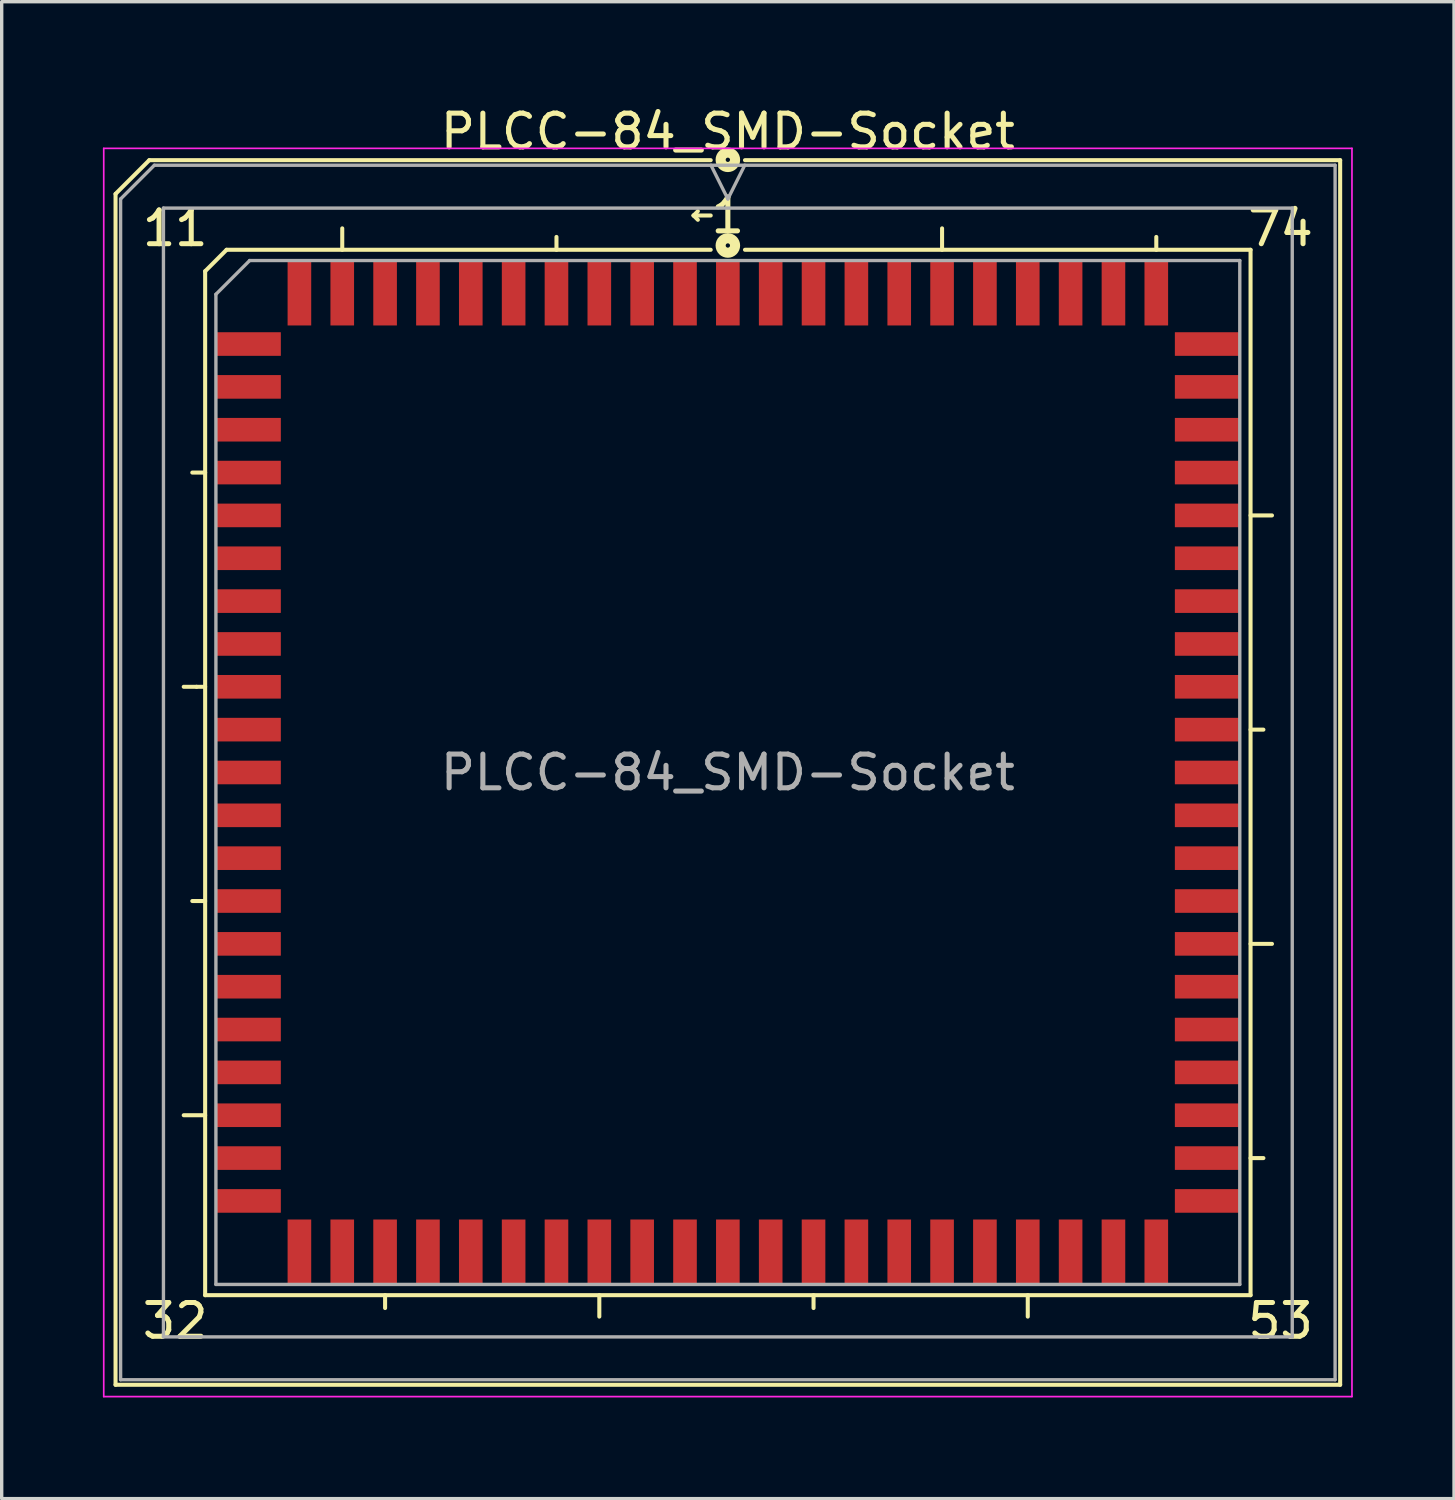
<source format=kicad_pcb>
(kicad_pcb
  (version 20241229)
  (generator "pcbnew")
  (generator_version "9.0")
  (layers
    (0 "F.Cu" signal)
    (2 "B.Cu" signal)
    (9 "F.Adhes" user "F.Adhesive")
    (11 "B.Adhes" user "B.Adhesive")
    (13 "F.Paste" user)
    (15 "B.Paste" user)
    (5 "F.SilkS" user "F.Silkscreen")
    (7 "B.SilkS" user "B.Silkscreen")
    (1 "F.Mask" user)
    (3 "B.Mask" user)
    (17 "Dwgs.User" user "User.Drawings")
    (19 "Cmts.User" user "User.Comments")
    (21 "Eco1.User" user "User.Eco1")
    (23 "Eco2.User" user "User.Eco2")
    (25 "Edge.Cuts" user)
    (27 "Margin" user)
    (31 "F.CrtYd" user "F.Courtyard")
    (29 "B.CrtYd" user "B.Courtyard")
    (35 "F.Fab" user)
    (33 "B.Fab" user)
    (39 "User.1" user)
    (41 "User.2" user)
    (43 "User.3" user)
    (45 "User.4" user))
  (footprint "PLCC-84_SMD-Socket"
    (layer "F.Cu")
    (at 18.525 19.848)
    (property "Reference" "PLCC-84_SMD-Socket" (at 0 -19 0) (layer "F.SilkS") (effects (font (size 1 1) (thickness 0.15))))
    (attr smd)
    (fp_line (start -18.15 -17.15) (end -18.15 18.15) (stroke (width 0.12) (type solid)) (layer "F.SilkS"))
    (fp_line (start -18.15 18.15) (end 18.15 18.15) (stroke (width 0.12) (type solid)) (layer "F.SilkS"))
    (fp_line (start -17.15 -18.15) (end -18.15 -17.15) (stroke (width 0.12) (type solid)) (layer "F.SilkS"))
    (fp_line (start -15.748 -2.54) (end -16.129 -2.54) (stroke (width 0.12) (type solid)) (layer "F.SilkS"))
    (fp_line (start -15.494 -14.859) (end -15.494 15.494) (stroke (width 0.12) (type solid)) (layer "F.SilkS"))
    (fp_line (start -15.494 -8.89) (end -15.875 -8.89) (stroke (width 0.12) (type solid)) (layer "F.SilkS"))
    (fp_line (start -15.494 -2.54) (end -15.748 -2.54) (stroke (width 0.12) (type solid)) (layer "F.SilkS"))
    (fp_line (start -15.494 3.81) (end -15.875 3.81) (stroke (width 0.12) (type solid)) (layer "F.SilkS"))
    (fp_line (start -15.494 10.16) (end -16.129 10.16) (stroke (width 0.12) (type solid)) (layer "F.SilkS"))
    (fp_line (start -15.494 15.494) (end 15.494 15.494) (stroke (width 0.12) (type solid)) (layer "F.SilkS"))
    (fp_line (start -14.859 -15.494) (end -15.494 -14.859) (stroke (width 0.12) (type solid)) (layer "F.SilkS"))
    (fp_line (start -11.43 -15.494) (end -11.43 -16.129) (stroke (width 0.12) (type solid)) (layer "F.SilkS"))
    (fp_line (start -10.16 15.494) (end -10.16 15.875) (stroke (width 0.12) (type solid)) (layer "F.SilkS"))
    (fp_line (start -5.08 -15.494) (end -5.08 -15.875) (stroke (width 0.12) (type solid)) (layer "F.SilkS"))
    (fp_line (start -3.81 15.494) (end -3.81 16.129) (stroke (width 0.12) (type solid)) (layer "F.SilkS"))
    (fp_line (start -1.016 -16.51) (end -0.889 -16.637) (stroke (width 0.12) (type solid)) (layer "F.SilkS"))
    (fp_line (start -1.016 -16.51) (end -0.889 -16.383) (stroke (width 0.12) (type solid)) (layer "F.SilkS"))
    (fp_line (start -0.508 -18.15) (end -17.15 -18.15) (stroke (width 0.12) (type solid)) (layer "F.SilkS"))
    (fp_line (start -0.508 -16.51) (end -1.016 -16.51) (stroke (width 0.12) (type solid)) (layer "F.SilkS"))
    (fp_line (start -0.508 -15.494) (end -14.859 -15.494) (stroke (width 0.12) (type solid)) (layer "F.SilkS"))
    (fp_line (start 2.54 15.494) (end 2.54 15.875) (stroke (width 0.12) (type solid)) (layer "F.SilkS"))
    (fp_line (start 6.35 -15.494) (end 6.35 -16.129) (stroke (width 0.12) (type solid)) (layer "F.SilkS"))
    (fp_line (start 8.89 15.494) (end 8.89 16.129) (stroke (width 0.12) (type solid)) (layer "F.SilkS"))
    (fp_line (start 12.7 -15.494) (end 12.7 -15.875) (stroke (width 0.12) (type solid)) (layer "F.SilkS"))
    (fp_line (start 15.494 -15.494) (end 0.508 -15.494) (stroke (width 0.12) (type solid)) (layer "F.SilkS"))
    (fp_line (start 15.494 -7.62) (end 16.129 -7.62) (stroke (width 0.12) (type solid)) (layer "F.SilkS"))
    (fp_line (start 15.494 -1.27) (end 15.875 -1.27) (stroke (width 0.12) (type solid)) (layer "F.SilkS"))
    (fp_line (start 15.494 5.08) (end 16.129 5.08) (stroke (width 0.12) (type solid)) (layer "F.SilkS"))
    (fp_line (start 15.494 11.43) (end 15.875 11.43) (stroke (width 0.12) (type solid)) (layer "F.SilkS"))
    (fp_line (start 15.494 15.494) (end 15.494 -15.494) (stroke (width 0.12) (type solid)) (layer "F.SilkS"))
    (fp_line (start 18.15 -18.15) (end 0.508 -18.15) (stroke (width 0.12) (type solid)) (layer "F.SilkS"))
    (fp_line (start 18.15 18.15) (end 18.15 -18.15) (stroke (width 0.12) (type solid)) (layer "F.SilkS"))
    (fp_circle (center 0 -18.161) (end 0.064 -18.161) (stroke (width 0.3) (type solid)) (fill no) (layer "F.SilkS"))
    (fp_circle (center 0 -15.621) (end 0.064 -15.621) (stroke (width 0.3) (type solid)) (fill no) (layer "F.SilkS"))
    (fp_line (start -18.5 -18.5) (end -18.5 18.5) (stroke (width 0.05) (type solid)) (layer "F.CrtYd"))
    (fp_line (start -18.5 18.5) (end 18.5 18.5) (stroke (width 0.05) (type solid)) (layer "F.CrtYd"))
    (fp_line (start 18.5 -18.5) (end -18.5 -18.5) (stroke (width 0.05) (type solid)) (layer "F.CrtYd"))
    (fp_line (start 18.5 18.5) (end 18.5 -18.5) (stroke (width 0.05) (type solid)) (layer "F.CrtYd"))
    (fp_line (start -18 -17) (end -18 18) (stroke (width 0.1) (type solid)) (layer "F.Fab"))
    (fp_line (start -18 18) (end 18 18) (stroke (width 0.1) (type solid)) (layer "F.Fab"))
    (fp_line (start -17 -18) (end -18 -17) (stroke (width 0.1) (type solid)) (layer "F.Fab"))
    (fp_line (start -16.73 -16.73) (end -16.73 16.73) (stroke (width 0.1) (type solid)) (layer "F.Fab"))
    (fp_line (start -16.73 16.73) (end 16.73 16.73) (stroke (width 0.1) (type solid)) (layer "F.Fab"))
    (fp_line (start -15.175 -14.175) (end -15.175 15.175) (stroke (width 0.1) (type solid)) (layer "F.Fab"))
    (fp_line (start -15.175 15.175) (end 15.175 15.175) (stroke (width 0.1) (type solid)) (layer "F.Fab"))
    (fp_line (start -14.175 -15.175) (end -15.175 -14.175) (stroke (width 0.1) (type solid)) (layer "F.Fab"))
    (fp_line (start -0.5 -18) (end 0 -17) (stroke (width 0.1) (type solid)) (layer "F.Fab"))
    (fp_line (start 0 -17) (end 0.5 -18) (stroke (width 0.1) (type solid)) (layer "F.Fab"))
    (fp_line (start 15.175 -15.175) (end -14.175 -15.175) (stroke (width 0.1) (type solid)) (layer "F.Fab"))
    (fp_line (start 15.175 15.175) (end 15.175 -15.175) (stroke (width 0.1) (type solid)) (layer "F.Fab"))
    (fp_line (start 16.73 -16.73) (end -16.73 -16.73) (stroke (width 0.1) (type solid)) (layer "F.Fab"))
    (fp_line (start 16.73 16.73) (end 16.73 -16.73) (stroke (width 0.1) (type solid)) (layer "F.Fab"))
    (fp_line (start 18 -18) (end -17 -18) (stroke (width 0.1) (type solid)) (layer "F.Fab"))
    (fp_line (start 18 18) (end 18 -18) (stroke (width 0.1) (type solid)) (layer "F.Fab"))
    (fp_text user "32" (at -16.383 16.256 0) (unlocked yes) (layer "F.SilkS") (effects (font (size 1 1) (thickness 0.15))))
    (fp_text user "11" (at -16.383 -16.129 0) (unlocked yes) (layer "F.SilkS") (effects (font (size 1 1) (thickness 0.15))))
    (fp_text user "1" (at 0 -16.51 0) (unlocked yes) (layer "F.SilkS") (effects (font (size 1 1) (thickness 0.15))))
    (fp_text user "74" (at 16.383 -16.129 0) (unlocked yes) (layer "F.SilkS") (effects (font (size 1 1) (thickness 0.15))))
    (fp_text user "53" (at 16.383 16.256 0) (unlocked yes) (layer "F.SilkS") (effects (font (size 1 1) (thickness 0.15))))
    (fp_text user "${REFERENCE}" (at 0 0 0) (layer "F.Fab") (effects (font (size 1 1) (thickness 0.15))))
    (pad "1" smd rect (at 0 -14.213) (size 0.7 1.925) (layers "F.Cu" "F.Mask" "F.Paste"))
    (pad "2" smd rect (at -1.27 -14.213) (size 0.7 1.925) (layers "F.Cu" "F.Mask" "F.Paste"))
    (pad "3" smd rect (at -2.54 -14.213) (size 0.7 1.925) (layers "F.Cu" "F.Mask" "F.Paste"))
    (pad "4" smd rect (at -3.81 -14.213) (size 0.7 1.925) (layers "F.Cu" "F.Mask" "F.Paste"))
    (pad "5" smd rect (at -5.08 -14.213) (size 0.7 1.925) (layers "F.Cu" "F.Mask" "F.Paste"))
    (pad "6" smd rect (at -6.35 -14.213) (size 0.7 1.925) (layers "F.Cu" "F.Mask" "F.Paste"))
    (pad "7" smd rect (at -7.62 -14.213) (size 0.7 1.925) (layers "F.Cu" "F.Mask" "F.Paste"))
    (pad "8" smd rect (at -8.89 -14.213) (size 0.7 1.925) (layers "F.Cu" "F.Mask" "F.Paste"))
    (pad "9" smd rect (at -10.16 -14.213) (size 0.7 1.925) (layers "F.Cu" "F.Mask" "F.Paste"))
    (pad "10" smd rect (at -11.43 -14.213) (size 0.7 1.925) (layers "F.Cu" "F.Mask" "F.Paste"))
    (pad "11" smd rect (at -12.7 -14.213) (size 0.7 1.925) (layers "F.Cu" "F.Mask" "F.Paste"))
    (pad "12" smd rect (at -14.213 -12.7) (size 1.925 0.7) (layers "F.Cu" "F.Mask" "F.Paste"))
    (pad "13" smd rect (at -14.213 -11.43) (size 1.925 0.7) (layers "F.Cu" "F.Mask" "F.Paste"))
    (pad "14" smd rect (at -14.213 -10.16) (size 1.925 0.7) (layers "F.Cu" "F.Mask" "F.Paste"))
    (pad "15" smd rect (at -14.213 -8.89) (size 1.925 0.7) (layers "F.Cu" "F.Mask" "F.Paste"))
    (pad "16" smd rect (at -14.213 -7.62) (size 1.925 0.7) (layers "F.Cu" "F.Mask" "F.Paste"))
    (pad "17" smd rect (at -14.213 -6.35) (size 1.925 0.7) (layers "F.Cu" "F.Mask" "F.Paste"))
    (pad "18" smd rect (at -14.213 -5.08) (size 1.925 0.7) (layers "F.Cu" "F.Mask" "F.Paste"))
    (pad "19" smd rect (at -14.213 -3.81) (size 1.925 0.7) (layers "F.Cu" "F.Mask" "F.Paste"))
    (pad "20" smd rect (at -14.213 -2.54) (size 1.925 0.7) (layers "F.Cu" "F.Mask" "F.Paste"))
    (pad "21" smd rect (at -14.213 -1.27) (size 1.925 0.7) (layers "F.Cu" "F.Mask" "F.Paste"))
    (pad "22" smd rect (at -14.213 0) (size 1.925 0.7) (layers "F.Cu" "F.Mask" "F.Paste"))
    (pad "23" smd rect (at -14.213 1.27) (size 1.925 0.7) (layers "F.Cu" "F.Mask" "F.Paste"))
    (pad "24" smd rect (at -14.213 2.54) (size 1.925 0.7) (layers "F.Cu" "F.Mask" "F.Paste"))
    (pad "25" smd rect (at -14.213 3.81) (size 1.925 0.7) (layers "F.Cu" "F.Mask" "F.Paste"))
    (pad "26" smd rect (at -14.213 5.08) (size 1.925 0.7) (layers "F.Cu" "F.Mask" "F.Paste"))
    (pad "27" smd rect (at -14.213 6.35) (size 1.925 0.7) (layers "F.Cu" "F.Mask" "F.Paste"))
    (pad "28" smd rect (at -14.213 7.62) (size 1.925 0.7) (layers "F.Cu" "F.Mask" "F.Paste"))
    (pad "29" smd rect (at -14.213 8.89) (size 1.925 0.7) (layers "F.Cu" "F.Mask" "F.Paste"))
    (pad "30" smd rect (at -14.213 10.16) (size 1.925 0.7) (layers "F.Cu" "F.Mask" "F.Paste"))
    (pad "31" smd rect (at -14.213 11.43) (size 1.925 0.7) (layers "F.Cu" "F.Mask" "F.Paste"))
    (pad "32" smd rect (at -14.213 12.7) (size 1.925 0.7) (layers "F.Cu" "F.Mask" "F.Paste"))
    (pad "33" smd rect (at -12.7 14.213) (size 0.7 1.925) (layers "F.Cu" "F.Mask" "F.Paste"))
    (pad "34" smd rect (at -11.43 14.213) (size 0.7 1.925) (layers "F.Cu" "F.Mask" "F.Paste"))
    (pad "35" smd rect (at -10.16 14.213) (size 0.7 1.925) (layers "F.Cu" "F.Mask" "F.Paste"))
    (pad "36" smd rect (at -8.89 14.213) (size 0.7 1.925) (layers "F.Cu" "F.Mask" "F.Paste"))
    (pad "37" smd rect (at -7.62 14.213) (size 0.7 1.925) (layers "F.Cu" "F.Mask" "F.Paste"))
    (pad "38" smd rect (at -6.35 14.213) (size 0.7 1.925) (layers "F.Cu" "F.Mask" "F.Paste"))
    (pad "39" smd rect (at -5.08 14.213) (size 0.7 1.925) (layers "F.Cu" "F.Mask" "F.Paste"))
    (pad "40" smd rect (at -3.81 14.213) (size 0.7 1.925) (layers "F.Cu" "F.Mask" "F.Paste"))
    (pad "41" smd rect (at -2.54 14.213) (size 0.7 1.925) (layers "F.Cu" "F.Mask" "F.Paste"))
    (pad "42" smd rect (at -1.27 14.213) (size 0.7 1.925) (layers "F.Cu" "F.Mask" "F.Paste"))
    (pad "43" smd rect (at 0 14.213) (size 0.7 1.925) (layers "F.Cu" "F.Mask" "F.Paste"))
    (pad "44" smd rect (at 1.27 14.213) (size 0.7 1.925) (layers "F.Cu" "F.Mask" "F.Paste"))
    (pad "45" smd rect (at 2.54 14.213) (size 0.7 1.925) (layers "F.Cu" "F.Mask" "F.Paste"))
    (pad "46" smd rect (at 3.81 14.213) (size 0.7 1.925) (layers "F.Cu" "F.Mask" "F.Paste"))
    (pad "47" smd rect (at 5.08 14.213) (size 0.7 1.925) (layers "F.Cu" "F.Mask" "F.Paste"))
    (pad "48" smd rect (at 6.35 14.213) (size 0.7 1.925) (layers "F.Cu" "F.Mask" "F.Paste"))
    (pad "49" smd rect (at 7.62 14.213) (size 0.7 1.925) (layers "F.Cu" "F.Mask" "F.Paste"))
    (pad "50" smd rect (at 8.89 14.213) (size 0.7 1.925) (layers "F.Cu" "F.Mask" "F.Paste"))
    (pad "51" smd rect (at 10.16 14.213) (size 0.7 1.925) (layers "F.Cu" "F.Mask" "F.Paste"))
    (pad "52" smd rect (at 11.43 14.213) (size 0.7 1.925) (layers "F.Cu" "F.Mask" "F.Paste"))
    (pad "53" smd rect (at 12.7 14.213) (size 0.7 1.925) (layers "F.Cu" "F.Mask" "F.Paste"))
    (pad "54" smd rect (at 14.213 12.7) (size 1.925 0.7) (layers "F.Cu" "F.Mask" "F.Paste"))
    (pad "55" smd rect (at 14.213 11.43) (size 1.925 0.7) (layers "F.Cu" "F.Mask" "F.Paste"))
    (pad "56" smd rect (at 14.213 10.16) (size 1.925 0.7) (layers "F.Cu" "F.Mask" "F.Paste"))
    (pad "57" smd rect (at 14.213 8.89) (size 1.925 0.7) (layers "F.Cu" "F.Mask" "F.Paste"))
    (pad "58" smd rect (at 14.213 7.62) (size 1.925 0.7) (layers "F.Cu" "F.Mask" "F.Paste"))
    (pad "59" smd rect (at 14.213 6.35) (size 1.925 0.7) (layers "F.Cu" "F.Mask" "F.Paste"))
    (pad "60" smd rect (at 14.213 5.08) (size 1.925 0.7) (layers "F.Cu" "F.Mask" "F.Paste"))
    (pad "61" smd rect (at 14.213 3.81) (size 1.925 0.7) (layers "F.Cu" "F.Mask" "F.Paste"))
    (pad "62" smd rect (at 14.213 2.54) (size 1.925 0.7) (layers "F.Cu" "F.Mask" "F.Paste"))
    (pad "63" smd rect (at 14.213 1.27) (size 1.925 0.7) (layers "F.Cu" "F.Mask" "F.Paste"))
    (pad "64" smd rect (at 14.213 0) (size 1.925 0.7) (layers "F.Cu" "F.Mask" "F.Paste"))
    (pad "65" smd rect (at 14.213 -1.27) (size 1.925 0.7) (layers "F.Cu" "F.Mask" "F.Paste"))
    (pad "66" smd rect (at 14.213 -2.54) (size 1.925 0.7) (layers "F.Cu" "F.Mask" "F.Paste"))
    (pad "67" smd rect (at 14.213 -3.81) (size 1.925 0.7) (layers "F.Cu" "F.Mask" "F.Paste"))
    (pad "68" smd rect (at 14.213 -5.08) (size 1.925 0.7) (layers "F.Cu" "F.Mask" "F.Paste"))
    (pad "69" smd rect (at 14.213 -6.35) (size 1.925 0.7) (layers "F.Cu" "F.Mask" "F.Paste"))
    (pad "70" smd rect (at 14.213 -7.62) (size 1.925 0.7) (layers "F.Cu" "F.Mask" "F.Paste"))
    (pad "71" smd rect (at 14.213 -8.89) (size 1.925 0.7) (layers "F.Cu" "F.Mask" "F.Paste"))
    (pad "72" smd rect (at 14.213 -10.16) (size 1.925 0.7) (layers "F.Cu" "F.Mask" "F.Paste"))
    (pad "73" smd rect (at 14.213 -11.43) (size 1.925 0.7) (layers "F.Cu" "F.Mask" "F.Paste"))
    (pad "74" smd rect (at 14.213 -12.7) (size 1.925 0.7) (layers "F.Cu" "F.Mask" "F.Paste"))
    (pad "75" smd rect (at 12.7 -14.213) (size 0.7 1.925) (layers "F.Cu" "F.Mask" "F.Paste"))
    (pad "76" smd rect (at 11.43 -14.213) (size 0.7 1.925) (layers "F.Cu" "F.Mask" "F.Paste"))
    (pad "77" smd rect (at 10.16 -14.213) (size 0.7 1.925) (layers "F.Cu" "F.Mask" "F.Paste"))
    (pad "78" smd rect (at 8.89 -14.213) (size 0.7 1.925) (layers "F.Cu" "F.Mask" "F.Paste"))
    (pad "79" smd rect (at 7.62 -14.213) (size 0.7 1.925) (layers "F.Cu" "F.Mask" "F.Paste"))
    (pad "80" smd rect (at 6.35 -14.213) (size 0.7 1.925) (layers "F.Cu" "F.Mask" "F.Paste"))
    (pad "81" smd rect (at 5.08 -14.213) (size 0.7 1.925) (layers "F.Cu" "F.Mask" "F.Paste"))
    (pad "82" smd rect (at 3.81 -14.213) (size 0.7 1.925) (layers "F.Cu" "F.Mask" "F.Paste"))
    (pad "83" smd rect (at 2.54 -14.213) (size 0.7 1.925) (layers "F.Cu" "F.Mask" "F.Paste"))
    (pad "84" smd rect (at 1.27 -14.213) (size 0.7 1.925) (layers "F.Cu" "F.Mask" "F.Paste")))
  (gr_rect
    (start -3 -3)
    (end 40.05 41.373)
    (stroke (width 0.1) (type default))
    (fill no)
    (layer "Edge.Cuts")))
</source>
